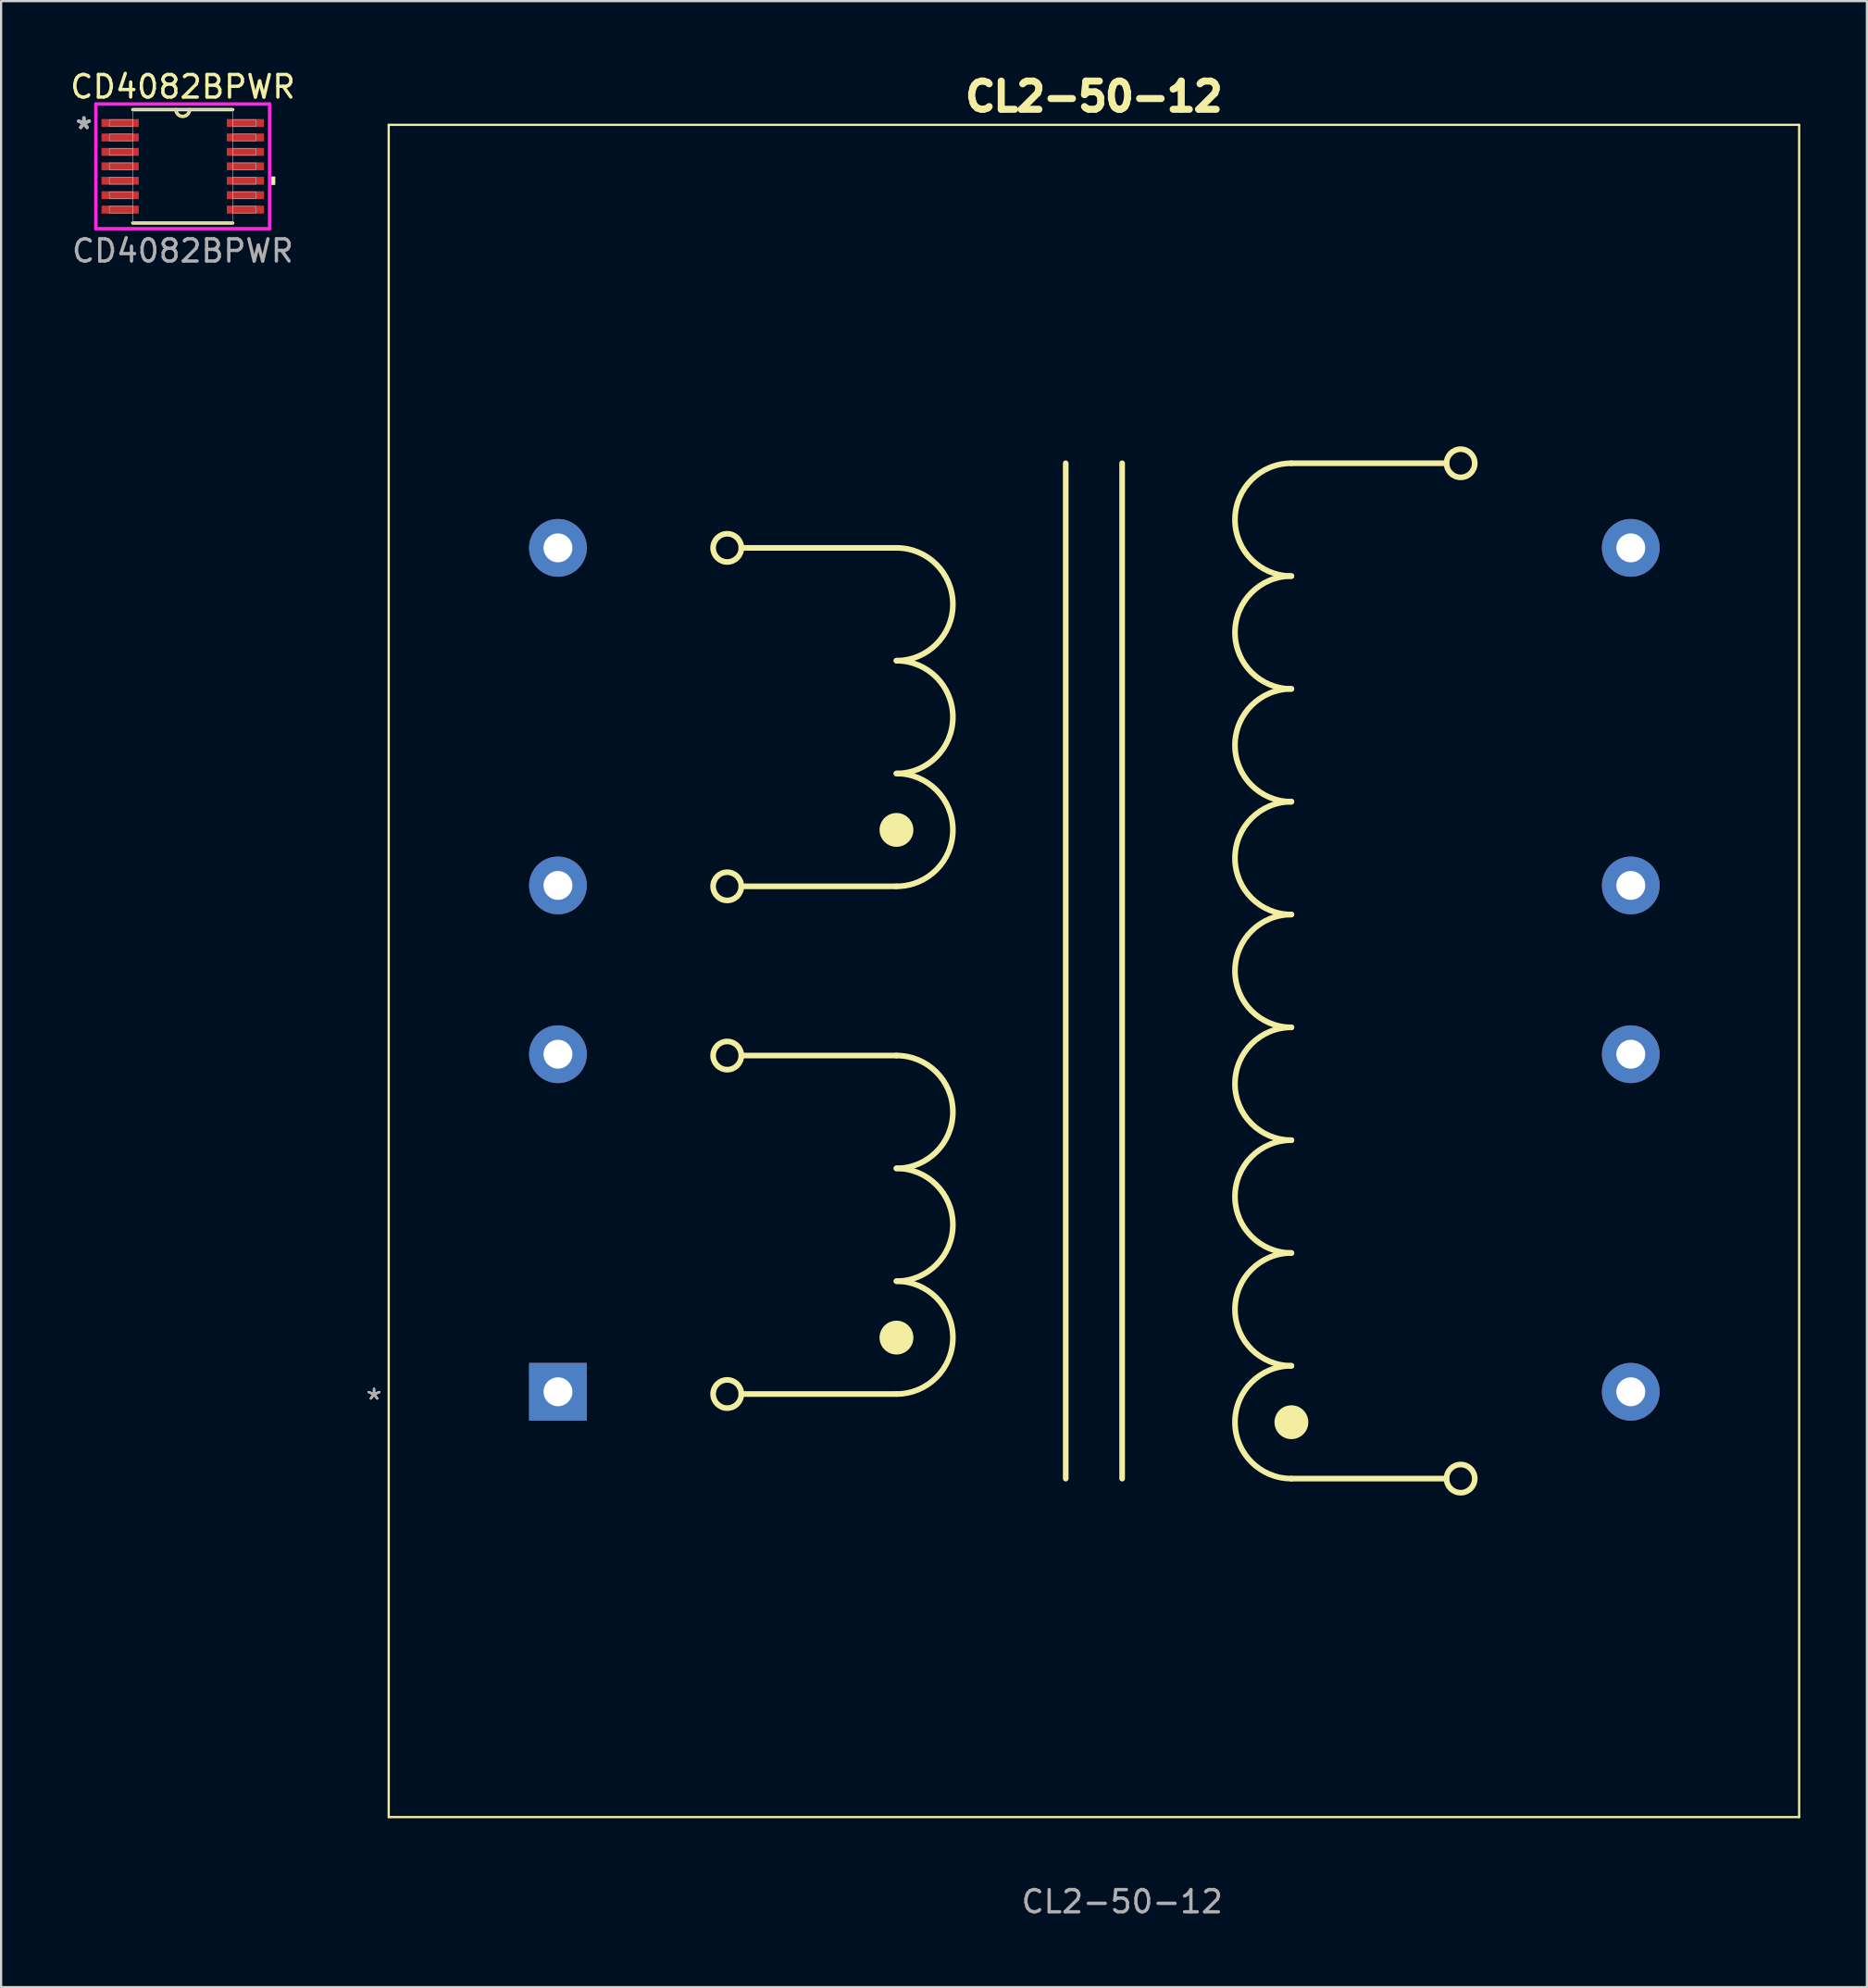
<source format=kicad_pcb>
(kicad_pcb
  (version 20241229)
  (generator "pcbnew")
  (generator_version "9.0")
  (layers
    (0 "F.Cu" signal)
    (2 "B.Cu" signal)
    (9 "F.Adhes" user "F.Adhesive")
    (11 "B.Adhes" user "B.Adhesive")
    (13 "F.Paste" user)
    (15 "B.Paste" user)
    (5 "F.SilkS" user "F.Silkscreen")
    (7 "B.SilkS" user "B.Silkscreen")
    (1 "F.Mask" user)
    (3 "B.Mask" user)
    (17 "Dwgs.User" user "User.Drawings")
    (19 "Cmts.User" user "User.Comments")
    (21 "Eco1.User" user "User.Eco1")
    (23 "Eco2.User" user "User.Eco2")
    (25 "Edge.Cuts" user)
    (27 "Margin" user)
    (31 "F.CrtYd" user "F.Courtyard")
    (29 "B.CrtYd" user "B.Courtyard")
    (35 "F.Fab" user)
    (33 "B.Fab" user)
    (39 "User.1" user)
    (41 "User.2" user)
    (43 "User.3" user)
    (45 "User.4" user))
  (footprint "CD4082BPWR"
    (layer "F.Cu")
    (at 5.177 4.439)
    (property "Reference" "CD4082BPWR" (at 0.002 -3.582 0) (unlocked yes) (layer "F.SilkS") (effects (font (size 1.016 1.016) (thickness 0.15))))
    (attr smd)
    (fp_line (start -2.248 2.553) (end 2.248 2.553) (stroke (width 0.152) (type solid)) (layer "F.SilkS"))
    (fp_line (start 2.248 -2.553) (end -2.248 -2.553) (stroke (width 0.152) (type solid)) (layer "F.SilkS"))
    (fp_arc (start 0.3048 -2.5527) (mid 0 -2.2479) (end -0.3048 -2.5527) (stroke (width 0.1524) (type solid)) (layer "F.SilkS"))
    (fp_poly (pts (xy 4.166 0.459) (xy 4.166 0.84) (xy 3.912 0.84) (xy 3.912 0.459)) (stroke (width 0) (type solid)) (fill yes) (layer "F.SilkS"))
    (fp_line (start -3.912 -2.807) (end 3.912 -2.807) (stroke (width 0.152) (type solid)) (layer "F.CrtYd"))
    (fp_line (start -3.912 2.807) (end -3.912 -2.807) (stroke (width 0.152) (type solid)) (layer "F.CrtYd"))
    (fp_line (start 3.912 -2.807) (end 3.912 2.807) (stroke (width 0.152) (type solid)) (layer "F.CrtYd"))
    (fp_line (start 3.912 2.807) (end -3.912 2.807) (stroke (width 0.152) (type solid)) (layer "F.CrtYd"))
    (fp_line (start -3.302 -2.102) (end -3.302 -1.798) (stroke (width 0.025) (type solid)) (layer "F.Fab"))
    (fp_line (start -3.302 -1.798) (end -2.248 -1.798) (stroke (width 0.025) (type solid)) (layer "F.Fab"))
    (fp_line (start -3.302 -1.452) (end -3.302 -1.148) (stroke (width 0.025) (type solid)) (layer "F.Fab"))
    (fp_line (start -3.302 -1.148) (end -2.248 -1.148) (stroke (width 0.025) (type solid)) (layer "F.Fab"))
    (fp_line (start -3.302 -0.802) (end -3.302 -0.498) (stroke (width 0.025) (type solid)) (layer "F.Fab"))
    (fp_line (start -3.302 -0.498) (end -2.248 -0.498) (stroke (width 0.025) (type solid)) (layer "F.Fab"))
    (fp_line (start -3.302 -0.152) (end -3.302 0.152) (stroke (width 0.025) (type solid)) (layer "F.Fab"))
    (fp_line (start -3.302 0.152) (end -2.248 0.152) (stroke (width 0.025) (type solid)) (layer "F.Fab"))
    (fp_line (start -3.302 0.498) (end -3.302 0.802) (stroke (width 0.025) (type solid)) (layer "F.Fab"))
    (fp_line (start -3.302 0.802) (end -2.248 0.802) (stroke (width 0.025) (type solid)) (layer "F.Fab"))
    (fp_line (start -3.302 1.148) (end -3.302 1.452) (stroke (width 0.025) (type solid)) (layer "F.Fab"))
    (fp_line (start -3.302 1.452) (end -2.248 1.452) (stroke (width 0.025) (type solid)) (layer "F.Fab"))
    (fp_line (start -3.302 1.798) (end -3.302 2.102) (stroke (width 0.025) (type solid)) (layer "F.Fab"))
    (fp_line (start -3.302 2.102) (end -2.248 2.102) (stroke (width 0.025) (type solid)) (layer "F.Fab"))
    (fp_line (start -2.248 -2.553) (end -2.248 2.553) (stroke (width 0.025) (type solid)) (layer "F.Fab"))
    (fp_line (start -2.248 -2.102) (end -3.302 -2.102) (stroke (width 0.025) (type solid)) (layer "F.Fab"))
    (fp_line (start -2.248 -1.798) (end -2.248 -2.102) (stroke (width 0.025) (type solid)) (layer "F.Fab"))
    (fp_line (start -2.248 -1.452) (end -3.302 -1.452) (stroke (width 0.025) (type solid)) (layer "F.Fab"))
    (fp_line (start -2.248 -1.148) (end -2.248 -1.452) (stroke (width 0.025) (type solid)) (layer "F.Fab"))
    (fp_line (start -2.248 -0.802) (end -3.302 -0.802) (stroke (width 0.025) (type solid)) (layer "F.Fab"))
    (fp_line (start -2.248 -0.498) (end -2.248 -0.802) (stroke (width 0.025) (type solid)) (layer "F.Fab"))
    (fp_line (start -2.248 -0.152) (end -3.302 -0.152) (stroke (width 0.025) (type solid)) (layer "F.Fab"))
    (fp_line (start -2.248 0.152) (end -2.248 -0.152) (stroke (width 0.025) (type solid)) (layer "F.Fab"))
    (fp_line (start -2.248 0.498) (end -3.302 0.498) (stroke (width 0.025) (type solid)) (layer "F.Fab"))
    (fp_line (start -2.248 0.802) (end -2.248 0.498) (stroke (width 0.025) (type solid)) (layer "F.Fab"))
    (fp_line (start -2.248 1.148) (end -3.302 1.148) (stroke (width 0.025) (type solid)) (layer "F.Fab"))
    (fp_line (start -2.248 1.452) (end -2.248 1.148) (stroke (width 0.025) (type solid)) (layer "F.Fab"))
    (fp_line (start -2.248 1.798) (end -3.302 1.798) (stroke (width 0.025) (type solid)) (layer "F.Fab"))
    (fp_line (start -2.248 2.102) (end -2.248 1.798) (stroke (width 0.025) (type solid)) (layer "F.Fab"))
    (fp_line (start -2.248 2.553) (end 2.248 2.553) (stroke (width 0.025) (type solid)) (layer "F.Fab"))
    (fp_line (start 2.248 -2.553) (end -2.248 -2.553) (stroke (width 0.025) (type solid)) (layer "F.Fab"))
    (fp_line (start 2.248 -2.102) (end 2.248 -1.798) (stroke (width 0.025) (type solid)) (layer "F.Fab"))
    (fp_line (start 2.248 -1.798) (end 3.302 -1.798) (stroke (width 0.025) (type solid)) (layer "F.Fab"))
    (fp_line (start 2.248 -1.452) (end 2.248 -1.148) (stroke (width 0.025) (type solid)) (layer "F.Fab"))
    (fp_line (start 2.248 -1.148) (end 3.302 -1.148) (stroke (width 0.025) (type solid)) (layer "F.Fab"))
    (fp_line (start 2.248 -0.802) (end 2.248 -0.498) (stroke (width 0.025) (type solid)) (layer "F.Fab"))
    (fp_line (start 2.248 -0.498) (end 3.302 -0.498) (stroke (width 0.025) (type solid)) (layer "F.Fab"))
    (fp_line (start 2.248 -0.152) (end 2.248 0.152) (stroke (width 0.025) (type solid)) (layer "F.Fab"))
    (fp_line (start 2.248 0.152) (end 3.302 0.152) (stroke (width 0.025) (type solid)) (layer "F.Fab"))
    (fp_line (start 2.248 0.498) (end 2.248 0.802) (stroke (width 0.025) (type solid)) (layer "F.Fab"))
    (fp_line (start 2.248 0.802) (end 3.302 0.802) (stroke (width 0.025) (type solid)) (layer "F.Fab"))
    (fp_line (start 2.248 1.148) (end 2.248 1.452) (stroke (width 0.025) (type solid)) (layer "F.Fab"))
    (fp_line (start 2.248 1.452) (end 3.302 1.452) (stroke (width 0.025) (type solid)) (layer "F.Fab"))
    (fp_line (start 2.248 1.798) (end 2.248 2.102) (stroke (width 0.025) (type solid)) (layer "F.Fab"))
    (fp_line (start 2.248 2.102) (end 3.302 2.102) (stroke (width 0.025) (type solid)) (layer "F.Fab"))
    (fp_line (start 2.248 2.553) (end 2.248 -2.553) (stroke (width 0.025) (type solid)) (layer "F.Fab"))
    (fp_line (start 3.302 -2.102) (end 2.248 -2.102) (stroke (width 0.025) (type solid)) (layer "F.Fab"))
    (fp_line (start 3.302 -1.798) (end 3.302 -2.102) (stroke (width 0.025) (type solid)) (layer "F.Fab"))
    (fp_line (start 3.302 -1.452) (end 2.248 -1.452) (stroke (width 0.025) (type solid)) (layer "F.Fab"))
    (fp_line (start 3.302 -1.148) (end 3.302 -1.452) (stroke (width 0.025) (type solid)) (layer "F.Fab"))
    (fp_line (start 3.302 -0.802) (end 2.248 -0.802) (stroke (width 0.025) (type solid)) (layer "F.Fab"))
    (fp_line (start 3.302 -0.498) (end 3.302 -0.802) (stroke (width 0.025) (type solid)) (layer "F.Fab"))
    (fp_line (start 3.302 -0.152) (end 2.248 -0.152) (stroke (width 0.025) (type solid)) (layer "F.Fab"))
    (fp_line (start 3.302 0.152) (end 3.302 -0.152) (stroke (width 0.025) (type solid)) (layer "F.Fab"))
    (fp_line (start 3.302 0.498) (end 2.248 0.498) (stroke (width 0.025) (type solid)) (layer "F.Fab"))
    (fp_line (start 3.302 0.802) (end 3.302 0.498) (stroke (width 0.025) (type solid)) (layer "F.Fab"))
    (fp_line (start 3.302 1.148) (end 2.248 1.148) (stroke (width 0.025) (type solid)) (layer "F.Fab"))
    (fp_line (start 3.302 1.452) (end 3.302 1.148) (stroke (width 0.025) (type solid)) (layer "F.Fab"))
    (fp_line (start 3.302 1.798) (end 2.248 1.798) (stroke (width 0.025) (type solid)) (layer "F.Fab"))
    (fp_line (start 3.302 2.102) (end 3.302 1.798) (stroke (width 0.025) (type solid)) (layer "F.Fab"))
    (fp_arc (start 0.3048 -2.5527) (mid 0 -2.2479) (end -0.3048 -2.5527) (stroke (width 0.0254) (type solid)) (layer "F.Fab"))
    (fp_text user "*" (at -4.449 -1.634 0) (layer "F.SilkS") (effects (font (size 1 1) (thickness 0.15))))
    (fp_text user "*" (at -4.449 -1.634 0) (unlocked yes) (layer "F.Fab") (effects (font (size 1 1) (thickness 0.15))))
    (fp_text user "${REFERENCE}" (at 0.002 3.808 0) (unlocked yes) (layer "F.Fab") (effects (font (size 1 1) (thickness 0.15))))
    (pad "1" smd rect (at -2.819 -1.95) (size 1.676 0.356) (layers "F.Cu" "F.Mask" "F.Paste"))
    (pad "2" smd rect (at -2.819 -1.3) (size 1.676 0.356) (layers "F.Cu" "F.Mask" "F.Paste"))
    (pad "3" smd rect (at -2.819 -0.65) (size 1.676 0.356) (layers "F.Cu" "F.Mask" "F.Paste"))
    (pad "4" smd rect (at -2.819 0) (size 1.676 0.356) (layers "F.Cu" "F.Mask" "F.Paste"))
    (pad "5" smd rect (at -2.819 0.65) (size 1.676 0.356) (layers "F.Cu" "F.Mask" "F.Paste"))
    (pad "6" smd rect (at -2.819 1.3) (size 1.676 0.356) (layers "F.Cu" "F.Mask" "F.Paste"))
    (pad "7" smd rect (at -2.819 1.95) (size 1.676 0.356) (layers "F.Cu" "F.Mask" "F.Paste"))
    (pad "8" smd rect (at 2.819 1.95) (size 1.676 0.356) (layers "F.Cu" "F.Mask" "F.Paste"))
    (pad "9" smd rect (at 2.819 1.3) (size 1.676 0.356) (layers "F.Cu" "F.Mask" "F.Paste"))
    (pad "10" smd rect (at 2.819 0.65) (size 1.676 0.356) (layers "F.Cu" "F.Mask" "F.Paste"))
    (pad "11" smd rect (at 2.819 0) (size 1.676 0.356) (layers "F.Cu" "F.Mask" "F.Paste"))
    (pad "12" smd rect (at 2.819 -0.65) (size 1.676 0.356) (layers "F.Cu" "F.Mask" "F.Paste"))
    (pad "13" smd rect (at 2.819 -1.3) (size 1.676 0.356) (layers "F.Cu" "F.Mask" "F.Paste"))
    (pad "14" smd rect (at 2.819 -1.95) (size 1.676 0.356) (layers "F.Cu" "F.Mask" "F.Paste")))
  (footprint "CL2-50-12"
    (layer "F.Cu")
    (at 22.07 21.62)
    (property "Reference" "CL2-50-12" (at 24.13 -20.32 0) (unlocked yes) (layer "F.SilkS") (effects (font (size 1.27 1.27) (thickness 0.318) (bold yes))))
    (attr through_hole)
    (fp_line (start -7.62 57.15) (end -7.62 -19.05) (stroke (width 0.1) (type default)) (layer "F.SilkS"))
    (fp_line (start -7.62 57.15) (end 55.88 57.15) (stroke (width 0.1) (type default)) (layer "F.SilkS"))
    (fp_line (start 8.255 0) (end 15.24 0) (stroke (width 0.254) (type default)) (layer "F.SilkS"))
    (fp_line (start 8.255 15.24) (end 15.24 15.24) (stroke (width 0.254) (type default)) (layer "F.SilkS"))
    (fp_line (start 8.255 22.86) (end 15.24 22.86) (stroke (width 0.254) (type default)) (layer "F.SilkS"))
    (fp_line (start 8.255 38.1) (end 15.24 38.1) (stroke (width 0.254) (type default)) (layer "F.SilkS"))
    (fp_line (start 22.86 41.91) (end 22.86 -3.81) (stroke (width 0.254) (type solid)) (layer "F.SilkS"))
    (fp_line (start 25.4 41.91) (end 25.4 -3.81) (stroke (width 0.254) (type solid)) (layer "F.SilkS"))
    (fp_line (start 40.005 -3.81) (end 33.02 -3.81) (stroke (width 0.254) (type default)) (layer "F.SilkS"))
    (fp_line (start 40.005 41.91) (end 33.02 41.91) (stroke (width 0.254) (type default)) (layer "F.SilkS"))
    (fp_line (start 55.88 -19.05) (end -7.62 -19.05) (stroke (width 0.1) (type default)) (layer "F.SilkS"))
    (fp_line (start 55.88 -19.05) (end 55.88 57.15) (stroke (width 0.1) (type default)) (layer "F.SilkS"))
    (fp_arc (start 15.24 0) (mid 17.78 2.54) (end 15.24 5.08) (stroke (width 0.254) (type default)) (layer "F.SilkS"))
    (fp_arc (start 15.24 5.08) (mid 17.78 7.62) (end 15.24 10.16) (stroke (width 0.254) (type default)) (layer "F.SilkS"))
    (fp_arc (start 15.24 10.16) (mid 17.78 12.7) (end 15.24 15.24) (stroke (width 0.254) (type default)) (layer "F.SilkS"))
    (fp_arc (start 15.24 22.86) (mid 17.78 25.4) (end 15.24 27.94) (stroke (width 0.254) (type default)) (layer "F.SilkS"))
    (fp_arc (start 15.24 27.94) (mid 17.78 30.48) (end 15.24 33.02) (stroke (width 0.254) (type default)) (layer "F.SilkS"))
    (fp_arc (start 15.24 33.02) (mid 17.78 35.56) (end 15.24 38.1) (stroke (width 0.254) (type default)) (layer "F.SilkS"))
    (fp_arc (start 33.02 1.27) (mid 30.48 -1.27) (end 33.02 -3.81) (stroke (width 0.254) (type default)) (layer "F.SilkS"))
    (fp_arc (start 33.02 6.35) (mid 30.48 3.81) (end 33.02 1.27) (stroke (width 0.254) (type default)) (layer "F.SilkS"))
    (fp_arc (start 33.02 11.43) (mid 30.48 8.89) (end 33.02 6.35) (stroke (width 0.254) (type default)) (layer "F.SilkS"))
    (fp_arc (start 33.02 16.51) (mid 30.48 13.97) (end 33.02 11.43) (stroke (width 0.254) (type default)) (layer "F.SilkS"))
    (fp_arc (start 33.02 21.59) (mid 30.48 19.05) (end 33.02 16.51) (stroke (width 0.254) (type default)) (layer "F.SilkS"))
    (fp_arc (start 33.02 26.67) (mid 30.48 24.13) (end 33.02 21.59) (stroke (width 0.254) (type default)) (layer "F.SilkS"))
    (fp_arc (start 33.02 31.75) (mid 30.48 29.21) (end 33.02 26.67) (stroke (width 0.254) (type default)) (layer "F.SilkS"))
    (fp_arc (start 33.02 36.83) (mid 30.48 34.29) (end 33.02 31.75) (stroke (width 0.254) (type default)) (layer "F.SilkS"))
    (fp_arc (start 33.02 41.91) (mid 30.48 39.37) (end 33.02 36.83) (stroke (width 0.254) (type default)) (layer "F.SilkS"))
    (fp_circle (center 7.62 0) (end 8.255 0) (stroke (width 0.254) (type solid)) (fill no) (layer "F.SilkS"))
    (fp_circle (center 7.62 15.24) (end 8.255 15.24) (stroke (width 0.254) (type solid)) (fill no) (layer "F.SilkS"))
    (fp_circle (center 7.62 22.86) (end 8.255 22.86) (stroke (width 0.254) (type solid)) (fill no) (layer "F.SilkS"))
    (fp_circle (center 7.62 38.1) (end 8.255 38.1) (stroke (width 0.254) (type solid)) (fill no) (layer "F.SilkS"))
    (fp_circle (center 15.24 12.7) (end 15.875 12.7) (stroke (width 0.254) (type solid)) (fill yes) (layer "F.SilkS"))
    (fp_circle (center 15.24 35.56) (end 15.875 35.56) (stroke (width 0.254) (type solid)) (fill yes) (layer "F.SilkS"))
    (fp_circle (center 33.02 39.37) (end 32.385 39.37) (stroke (width 0.254) (type solid)) (fill yes) (layer "F.SilkS"))
    (fp_circle (center 40.64 -3.81) (end 40.005 -3.81) (stroke (width 0.254) (type solid)) (fill no) (layer "F.SilkS"))
    (fp_circle (center 40.64 41.91) (end 40.005 41.91) (stroke (width 0.254) (type solid)) (fill no) (layer "F.SilkS"))
    (fp_text user "*" (at -8.281 38.414 0) (layer "F.SilkS") (effects (font (size 1 1) (thickness 0.1))))
    (fp_text user "*" (at -8.281 38.414 0) (layer "B.SilkS") (effects (font (size 1 1) (thickness 0.1)) (justify mirror)))
    (fp_text user "${REFERENCE}" (at 25.4 60.96 0) (unlocked yes) (layer "F.Fab") (effects (font (size 1 1) (thickness 0.15))))
    (fp_text user "*" (at -8.281 38.414 0) (layer "F.Fab") (effects (font (size 1 1) (thickness 0.1))))
    (pad "1" thru_hole rect (at 0 38) (size 2.6 2.6) (drill 1.3) (layers "*.Cu" "*.Mask"))
    (pad "3" thru_hole circle (at 0 22.8) (size 2.6 2.6) (drill 1.3) (layers "*.Cu" "*.Mask"))
    (pad "4" thru_hole circle (at 0 15.2) (size 2.6 2.6) (drill 1.3) (layers "*.Cu" "*.Mask"))
    (pad "6" thru_hole circle (at 0 0) (size 2.6 2.6) (drill 1.3) (layers "*.Cu" "*.Mask"))
    (pad "7" thru_hole circle (at 48.3 38) (size 2.6 2.6) (drill 1.3) (layers "*.Cu" "*.Mask"))
    (pad "9" thru_hole circle (at 48.3 22.8) (size 2.6 2.6) (drill 1.3) (layers "*.Cu" "*.Mask"))
    (pad "10" thru_hole circle (at 48.3 15.2) (size 2.6 2.6) (drill 1.3) (layers "*.Cu" "*.Mask"))
    (pad "12" thru_hole circle (at 48.3 0) (size 2.6 2.6) (drill 1.3) (layers "*.Cu" "*.Mask")))
  (gr_rect
    (start -3 -3)
    (end 81 86.428)
    (stroke (width 0.1) (type default))
    (fill no)
    (layer "Edge.Cuts")))
</source>
